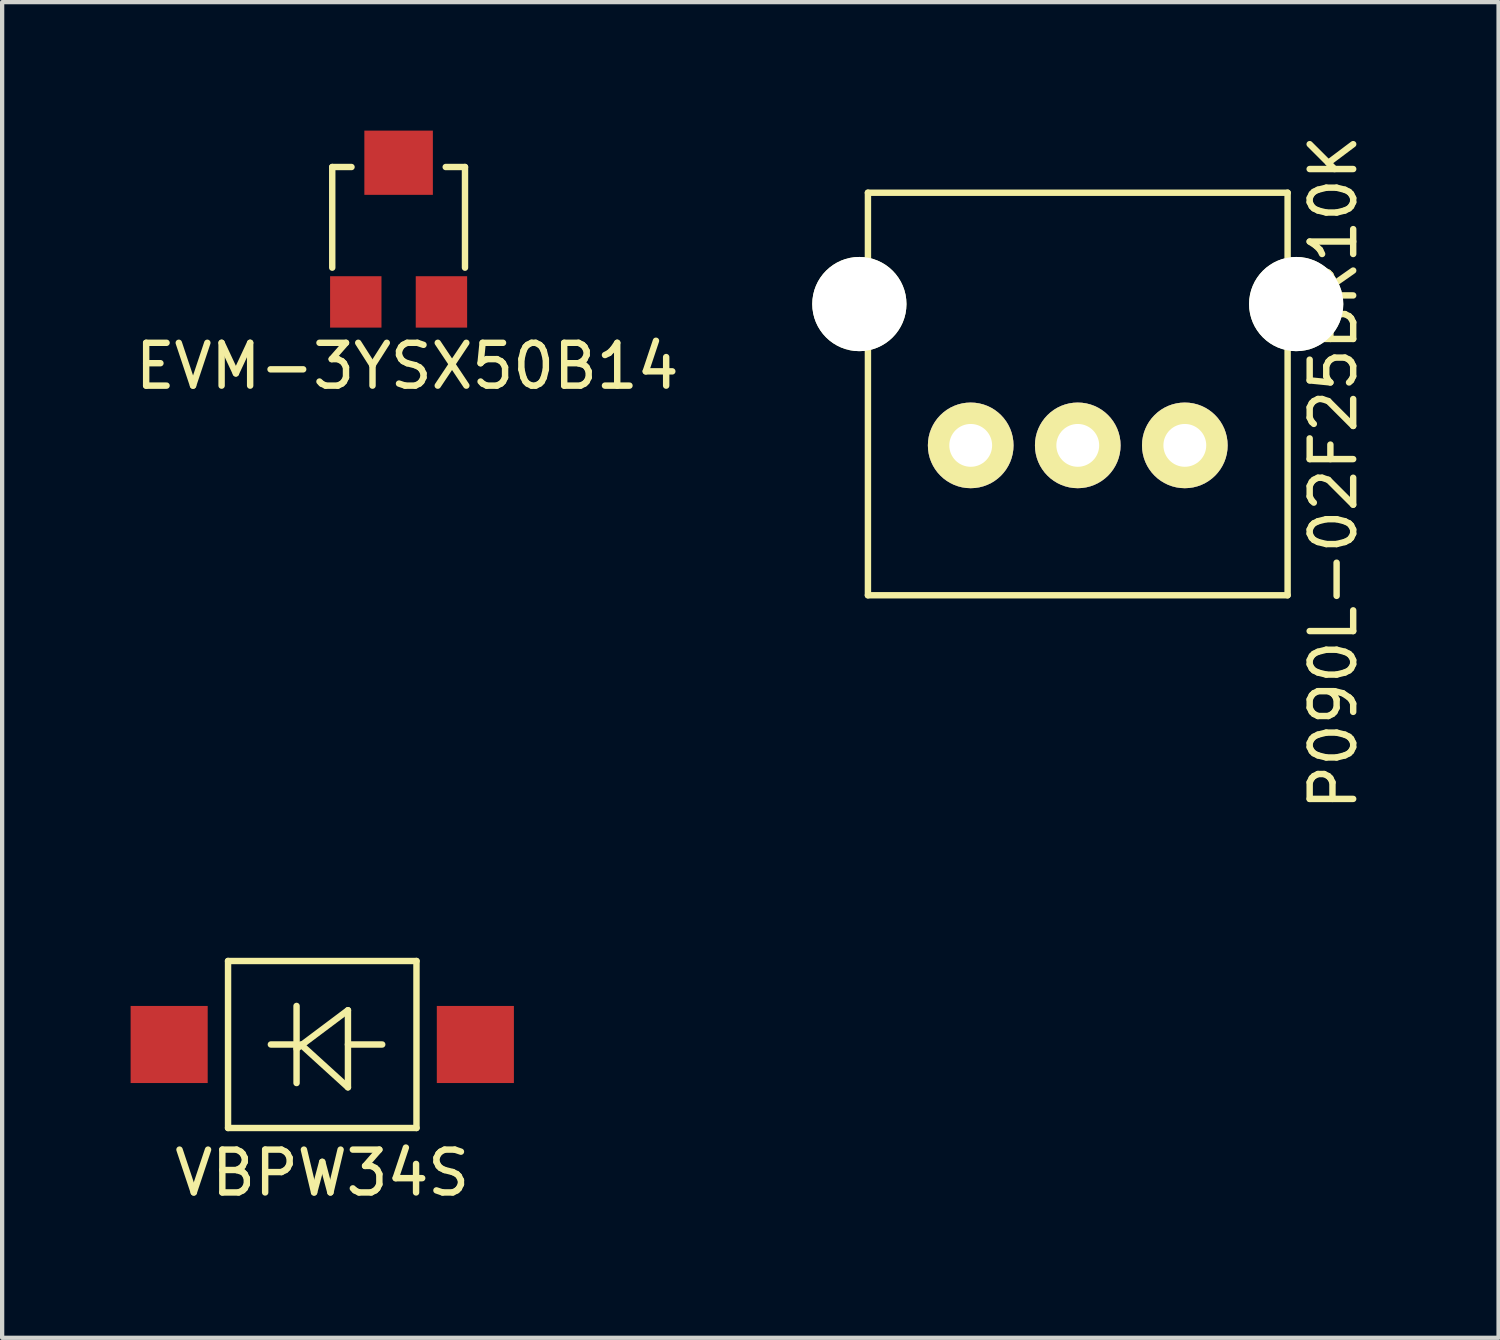
<source format=kicad_pcb>
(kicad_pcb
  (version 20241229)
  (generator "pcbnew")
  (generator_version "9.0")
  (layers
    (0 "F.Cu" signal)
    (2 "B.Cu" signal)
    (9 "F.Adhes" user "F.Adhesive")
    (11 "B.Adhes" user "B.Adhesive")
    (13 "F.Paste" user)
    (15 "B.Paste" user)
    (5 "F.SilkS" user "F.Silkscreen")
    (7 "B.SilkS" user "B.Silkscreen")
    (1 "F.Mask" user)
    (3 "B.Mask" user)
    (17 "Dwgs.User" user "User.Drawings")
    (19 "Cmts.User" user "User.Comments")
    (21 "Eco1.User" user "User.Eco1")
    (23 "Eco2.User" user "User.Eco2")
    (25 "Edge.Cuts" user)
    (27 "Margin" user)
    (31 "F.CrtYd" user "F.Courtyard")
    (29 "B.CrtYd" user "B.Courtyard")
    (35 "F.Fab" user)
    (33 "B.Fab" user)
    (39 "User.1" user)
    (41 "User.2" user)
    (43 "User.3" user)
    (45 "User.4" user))
  (footprint "VBPW34S"
    (layer "F.Cu")
    (at 4.475 21.34)
    (property "Reference" "VBPW34S" (at 0 3 0) (layer "F.SilkS") (effects (font (size 1 1) (thickness 0.15))))
    (attr through_hole)
    (fp_line (start -2.2 -1.95) (end -2.2 1.95) (stroke (width 0.15) (type solid)) (layer "F.SilkS"))
    (fp_line (start -2.2 -1.95) (end 2.2 -1.95) (stroke (width 0.15) (type solid)) (layer "F.SilkS"))
    (fp_line (start -2.2 1.95) (end 2.2 1.95) (stroke (width 0.15) (type solid)) (layer "F.SilkS"))
    (fp_line (start -0.6 -0.9) (end -0.6 0.9) (stroke (width 0.15) (type solid)) (layer "F.SilkS"))
    (fp_line (start -0.6 0) (end -1.2 0) (stroke (width 0.15) (type solid)) (layer "F.SilkS"))
    (fp_line (start -0.6 0.1) (end 0.6 -0.8) (stroke (width 0.15) (type solid)) (layer "F.SilkS"))
    (fp_line (start 0.6 -0.8) (end 0.6 1) (stroke (width 0.15) (type solid)) (layer "F.SilkS"))
    (fp_line (start 0.6 0) (end 1.4 0) (stroke (width 0.15) (type solid)) (layer "F.SilkS"))
    (fp_line (start 0.6 1) (end -0.5 0) (stroke (width 0.15) (type solid)) (layer "F.SilkS"))
    (fp_line (start 2.2 -1.95) (end 2.2 1.95) (stroke (width 0.15) (type solid)) (layer "F.SilkS"))
    (pad "1" smd rect (at -3.575 0) (size 1.8 1.8) (layers "F.Cu" "F.Mask" "F.Paste"))
    (pad "2" smd rect (at 3.575 0) (size 1.8 1.8) (layers "F.Cu" "F.Mask" "F.Paste")))
  (footprint "P090L-02F25BR10K"
    (layer "F.Cu")
    (at 22.117 7.35)
    (property "Reference" "P090L-02F25BR10K" (at 5.969 0.635 90) (layer "F.SilkS") (effects (font (size 1.016 1.016) (thickness 0.15))))
    (attr through_hole)
    (fp_line (start -4.9 -5.9) (end -4.9 3.5) (stroke (width 0.15) (type solid)) (layer "F.SilkS"))
    (fp_line (start -4.9 -5.9) (end 4.9 -5.9) (stroke (width 0.15) (type solid)) (layer "F.SilkS"))
    (fp_line (start -4.9 3.5) (end 4.9 3.5) (stroke (width 0.15) (type solid)) (layer "F.SilkS"))
    (fp_line (start 4.9 -5.9) (end 4.9 3.5) (stroke (width 0.15) (type solid)) (layer "F.SilkS"))
    (fp_line (start -1.778 3.556) (end -1.778 8.89) (stroke (width 0.15) (type solid)) (layer "Eco1.User"))
    (fp_line (start -1.778 8.89) (end 2.54 8.89) (stroke (width 0.15) (type solid)) (layer "Eco1.User"))
    (fp_line (start 2.54 8.89) (end 2.54 3.556) (stroke (width 0.15) (type solid)) (layer "Eco1.User"))
    (pad "" np_thru_hole circle (at -5.1 -3.3) (size 2.2 2.2) (drill 2.2) (layers "*.Cu" "*.Mask" "F.SilkS"))
    (pad "" np_thru_hole circle (at 5.1 -3.3) (size 2.2 2.2) (drill 2.2) (layers "*.Cu" "*.Mask" "F.SilkS"))
    (pad "1" thru_hole circle (at -2.5 0) (size 2 2) (drill 1) (layers "*.Cu" "*.Mask" "F.SilkS"))
    (pad "2" thru_hole circle (at 0 0) (size 2 2) (drill 1) (layers "*.Cu" "*.Mask" "F.SilkS"))
    (pad "3" thru_hole circle (at 2.5 0) (size 2 2) (drill 1) (layers "*.Cu" "*.Mask" "F.SilkS")))
  (footprint "EVM-3YSX50B14"
    (layer "F.Cu")
    (at 6.258 2.4)
    (property "Reference" "EVM-3YSX50B14" (at 0.2 3.1 0) (layer "F.SilkS") (effects (font (size 1 1) (thickness 0.15))))
    (attr through_hole)
    (fp_line (start -1.55 -1.55) (end -1.1 -1.55) (stroke (width 0.15) (type solid)) (layer "F.SilkS"))
    (fp_line (start -1.55 0.8) (end -1.55 -1.55) (stroke (width 0.15) (type solid)) (layer "F.SilkS"))
    (fp_line (start 1.55 -1.55) (end 1.1 -1.55) (stroke (width 0.15) (type solid)) (layer "F.SilkS"))
    (fp_line (start 1.55 0.8) (end 1.55 -1.55) (stroke (width 0.15) (type solid)) (layer "F.SilkS"))
    (pad "1" smd rect (at -1 1.6) (size 1.2 1.2) (layers "F.Cu" "F.Mask" "F.Paste"))
    (pad "2" smd rect (at 0 -1.65) (size 1.6 1.5) (layers "F.Cu" "F.Mask" "F.Paste"))
    (pad "3" smd rect (at 1 1.6) (size 1.2 1.2) (layers "F.Cu" "F.Mask" "F.Paste")))
  (gr_rect
    (start -3 -3)
    (end 31.943 28.189)
    (stroke (width 0.1) (type default))
    (fill no)
    (layer "Edge.Cuts")))
</source>
